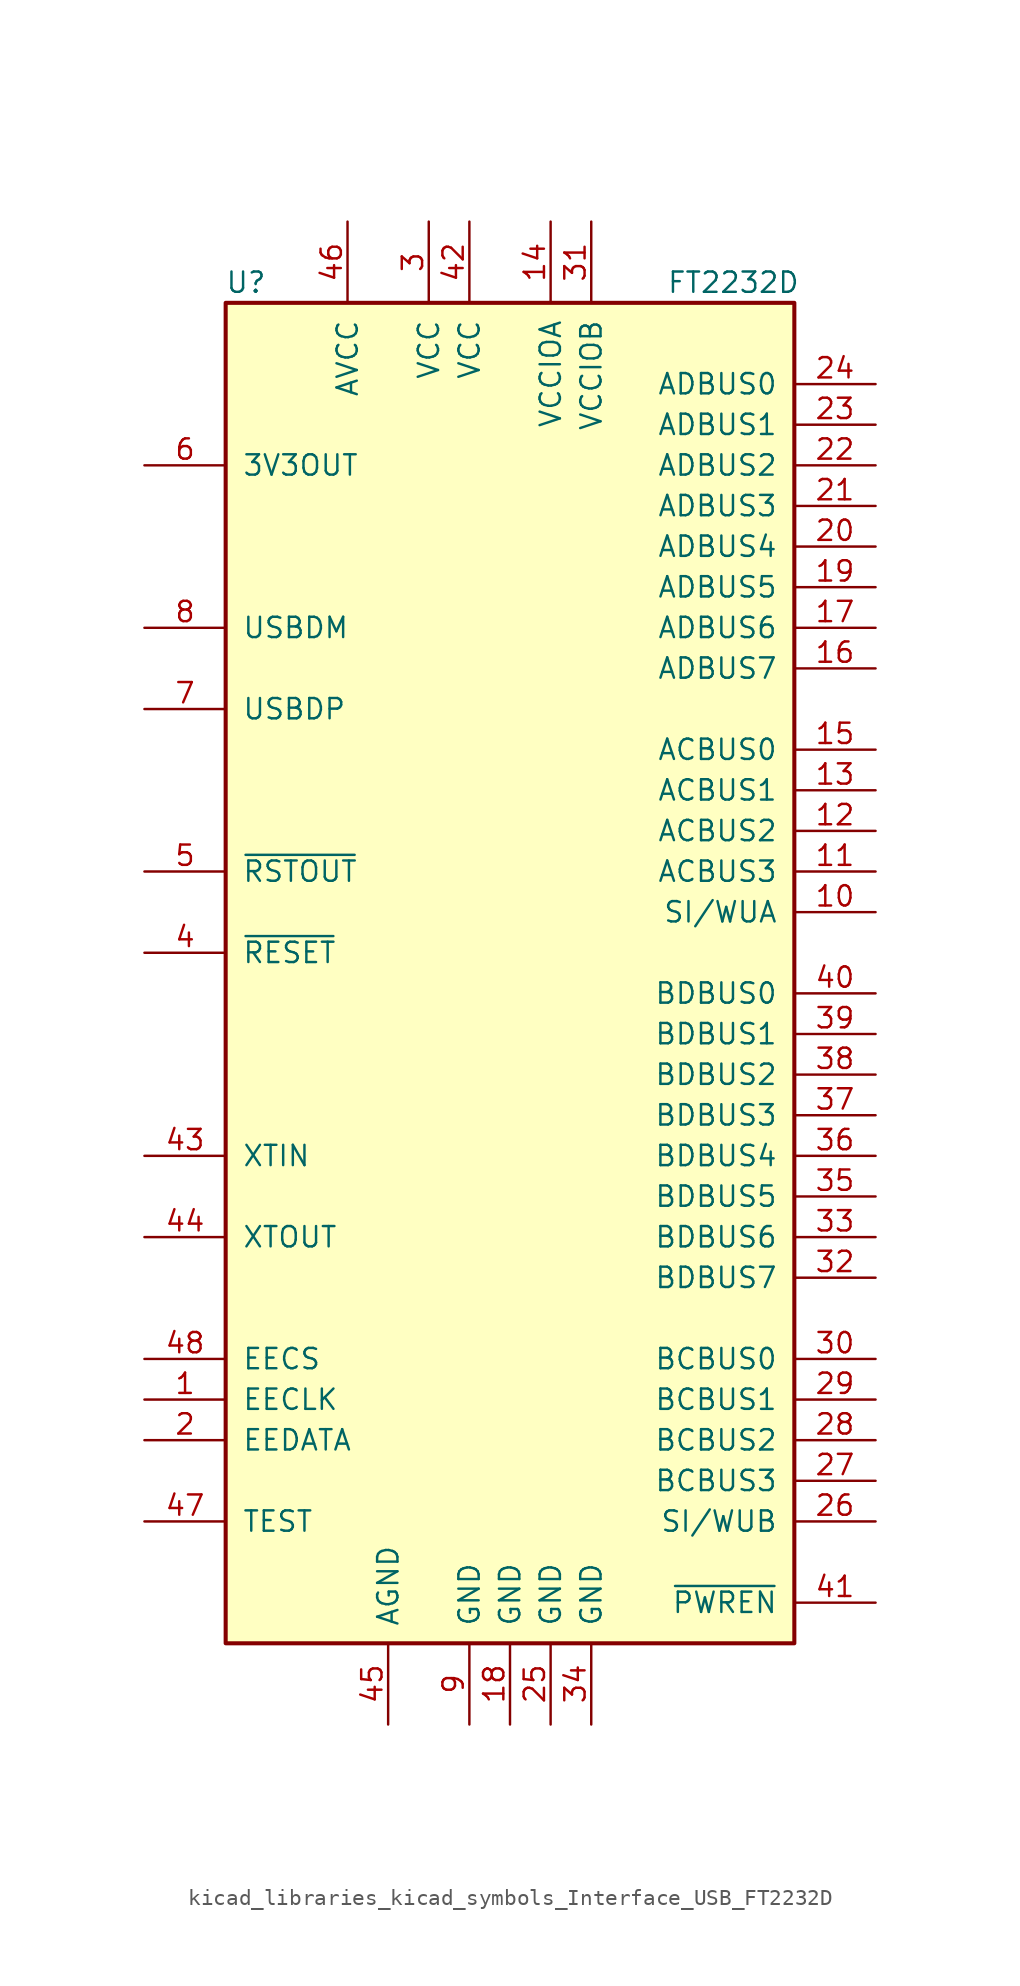
<source format=kicad_sym>
(kicad_symbol_lib
  (version 20220914)
  (generator kicad_symbol_editor)
  (symbol "kicad_libraries_kicad_symbols_Interface_USB_FT2232D"
    (pin_names
      (offset 1.016))
    (property "Reference" "U"
      (at -16.51 44.45 0)
      (effects (font (size 1.27 1.27))))
    (property "Value" "FT2232D"
      (at 13.97 44.45 0)
      (effects (font (size 1.27 1.27))))
    (symbol "kicad_libraries_kicad_symbols_Interface_USB_FT2232D_0_1"
      (rectangle (start -17.78 -40.64) (end 17.78 43.18) (stroke (width 0.254) (type default)) (fill (type background))))
    (symbol "kicad_libraries_kicad_symbols_Interface_USB_FT2232D_1_1"
      (pin output line (at -22.86 -25.4 0) (length 5.08) (name "EECLK" (effects (font (size 1.27 1.27)))) (number "1" (effects (font (size 1.27 1.27)))))
      (pin bidirectional line (at 22.86 5.08 180) (length 5.08) (name "SI/WUA" (effects (font (size 1.27 1.27)))) (number "10" (effects (font (size 1.27 1.27)))))
      (pin bidirectional line (at 22.86 7.62 180) (length 5.08) (name "ACBUS3" (effects (font (size 1.27 1.27)))) (number "11" (effects (font (size 1.27 1.27)))))
      (pin bidirectional line (at 22.86 10.16 180) (length 5.08) (name "ACBUS2" (effects (font (size 1.27 1.27)))) (number "12" (effects (font (size 1.27 1.27)))))
      (pin bidirectional line (at 22.86 12.7 180) (length 5.08) (name "ACBUS1" (effects (font (size 1.27 1.27)))) (number "13" (effects (font (size 1.27 1.27)))))
      (pin power_in line (at 2.54 48.26 270) (length 5.08) (name "VCCIOA" (effects (font (size 1.27 1.27)))) (number "14" (effects (font (size 1.27 1.27)))))
      (pin bidirectional line (at 22.86 15.24 180) (length 5.08) (name "ACBUS0" (effects (font (size 1.27 1.27)))) (number "15" (effects (font (size 1.27 1.27)))))
      (pin bidirectional line (at 22.86 20.32 180) (length 5.08) (name "ADBUS7" (effects (font (size 1.27 1.27)))) (number "16" (effects (font (size 1.27 1.27)))))
      (pin bidirectional line (at 22.86 22.86 180) (length 5.08) (name "ADBUS6" (effects (font (size 1.27 1.27)))) (number "17" (effects (font (size 1.27 1.27)))))
      (pin power_in line (at 0 -45.72 90) (length 5.08) (name "GND" (effects (font (size 1.27 1.27)))) (number "18" (effects (font (size 1.27 1.27)))))
      (pin bidirectional line (at 22.86 25.4 180) (length 5.08) (name "ADBUS5" (effects (font (size 1.27 1.27)))) (number "19" (effects (font (size 1.27 1.27)))))
      (pin bidirectional line (at -22.86 -27.94 0) (length 5.08) (name "EEDATA" (effects (font (size 1.27 1.27)))) (number "2" (effects (font (size 1.27 1.27)))))
      (pin bidirectional line (at 22.86 27.94 180) (length 5.08) (name "ADBUS4" (effects (font (size 1.27 1.27)))) (number "20" (effects (font (size 1.27 1.27)))))
      (pin bidirectional line (at 22.86 30.48 180) (length 5.08) (name "ADBUS3" (effects (font (size 1.27 1.27)))) (number "21" (effects (font (size 1.27 1.27)))))
      (pin bidirectional line (at 22.86 33.02 180) (length 5.08) (name "ADBUS2" (effects (font (size 1.27 1.27)))) (number "22" (effects (font (size 1.27 1.27)))))
      (pin bidirectional line (at 22.86 35.56 180) (length 5.08) (name "ADBUS1" (effects (font (size 1.27 1.27)))) (number "23" (effects (font (size 1.27 1.27)))))
      (pin bidirectional line (at 22.86 38.1 180) (length 5.08) (name "ADBUS0" (effects (font (size 1.27 1.27)))) (number "24" (effects (font (size 1.27 1.27)))))
      (pin power_in line (at 2.54 -45.72 90) (length 5.08) (name "GND" (effects (font (size 1.27 1.27)))) (number "25" (effects (font (size 1.27 1.27)))))
      (pin output line (at 22.86 -33.02 180) (length 5.08) (name "SI/WUB" (effects (font (size 1.27 1.27)))) (number "26" (effects (font (size 1.27 1.27)))))
      (pin output line (at 22.86 -30.48 180) (length 5.08) (name "BCBUS3" (effects (font (size 1.27 1.27)))) (number "27" (effects (font (size 1.27 1.27)))))
      (pin output line (at 22.86 -27.94 180) (length 5.08) (name "BCBUS2" (effects (font (size 1.27 1.27)))) (number "28" (effects (font (size 1.27 1.27)))))
      (pin output line (at 22.86 -25.4 180) (length 5.08) (name "BCBUS1" (effects (font (size 1.27 1.27)))) (number "29" (effects (font (size 1.27 1.27)))))
      (pin power_in line (at -5.08 48.26 270) (length 5.08) (name "VCC" (effects (font (size 1.27 1.27)))) (number "3" (effects (font (size 1.27 1.27)))))
      (pin output line (at 22.86 -22.86 180) (length 5.08) (name "BCBUS0" (effects (font (size 1.27 1.27)))) (number "30" (effects (font (size 1.27 1.27)))))
      (pin power_in line (at 5.08 48.26 270) (length 5.08) (name "VCCIOB" (effects (font (size 1.27 1.27)))) (number "31" (effects (font (size 1.27 1.27)))))
      (pin output line (at 22.86 -17.78 180) (length 5.08) (name "BDBUS7" (effects (font (size 1.27 1.27)))) (number "32" (effects (font (size 1.27 1.27)))))
      (pin output line (at 22.86 -15.24 180) (length 5.08) (name "BDBUS6" (effects (font (size 1.27 1.27)))) (number "33" (effects (font (size 1.27 1.27)))))
      (pin power_in line (at 5.08 -45.72 90) (length 5.08) (name "GND" (effects (font (size 1.27 1.27)))) (number "34" (effects (font (size 1.27 1.27)))))
      (pin output line (at 22.86 -12.7 180) (length 5.08) (name "BDBUS5" (effects (font (size 1.27 1.27)))) (number "35" (effects (font (size 1.27 1.27)))))
      (pin output line (at 22.86 -10.16 180) (length 5.08) (name "BDBUS4" (effects (font (size 1.27 1.27)))) (number "36" (effects (font (size 1.27 1.27)))))
      (pin output line (at 22.86 -7.62 180) (length 5.08) (name "BDBUS3" (effects (font (size 1.27 1.27)))) (number "37" (effects (font (size 1.27 1.27)))))
      (pin output line (at 22.86 -5.08 180) (length 5.08) (name "BDBUS2" (effects (font (size 1.27 1.27)))) (number "38" (effects (font (size 1.27 1.27)))))
      (pin output line (at 22.86 -2.54 180) (length 5.08) (name "BDBUS1" (effects (font (size 1.27 1.27)))) (number "39" (effects (font (size 1.27 1.27)))))
      (pin input line (at -22.86 2.54 0) (length 5.08) (name "~{RESET}" (effects (font (size 1.27 1.27)))) (number "4" (effects (font (size 1.27 1.27)))))
      (pin output line (at 22.86 0 180) (length 5.08) (name "BDBUS0" (effects (font (size 1.27 1.27)))) (number "40" (effects (font (size 1.27 1.27)))))
      (pin output line (at 22.86 -38.1 180) (length 5.08) (name "~{PWREN}" (effects (font (size 1.27 1.27)))) (number "41" (effects (font (size 1.27 1.27)))))
      (pin power_in line (at -2.54 48.26 270) (length 5.08) (name "VCC" (effects (font (size 1.27 1.27)))) (number "42" (effects (font (size 1.27 1.27)))))
      (pin input line (at -22.86 -10.16 0) (length 5.08) (name "XTIN" (effects (font (size 1.27 1.27)))) (number "43" (effects (font (size 1.27 1.27)))))
      (pin output line (at -22.86 -15.24 0) (length 5.08) (name "XTOUT" (effects (font (size 1.27 1.27)))) (number "44" (effects (font (size 1.27 1.27)))))
      (pin power_in line (at -7.62 -45.72 90) (length 5.08) (name "AGND" (effects (font (size 1.27 1.27)))) (number "45" (effects (font (size 1.27 1.27)))))
      (pin power_in line (at -10.16 48.26 270) (length 5.08) (name "AVCC" (effects (font (size 1.27 1.27)))) (number "46" (effects (font (size 1.27 1.27)))))
      (pin input line (at -22.86 -33.02 0) (length 5.08) (name "TEST" (effects (font (size 1.27 1.27)))) (number "47" (effects (font (size 1.27 1.27)))))
      (pin bidirectional line (at -22.86 -22.86 0) (length 5.08) (name "EECS" (effects (font (size 1.27 1.27)))) (number "48" (effects (font (size 1.27 1.27)))))
      (pin output line (at -22.86 7.62 0) (length 5.08) (name "~{RSTOUT}" (effects (font (size 1.27 1.27)))) (number "5" (effects (font (size 1.27 1.27)))))
      (pin power_out line (at -22.86 33.02 0) (length 5.08) (name "3V3OUT" (effects (font (size 1.27 1.27)))) (number "6" (effects (font (size 1.27 1.27)))))
      (pin bidirectional line (at -22.86 17.78 0) (length 5.08) (name "USBDP" (effects (font (size 1.27 1.27)))) (number "7" (effects (font (size 1.27 1.27)))))
      (pin bidirectional line (at -22.86 22.86 0) (length 5.08) (name "USBDM" (effects (font (size 1.27 1.27)))) (number "8" (effects (font (size 1.27 1.27)))))
      (pin power_in line (at -2.54 -45.72 90) (length 5.08) (name "GND" (effects (font (size 1.27 1.27)))) (number "9" (effects (font (size 1.27 1.27))))))))
</source>
